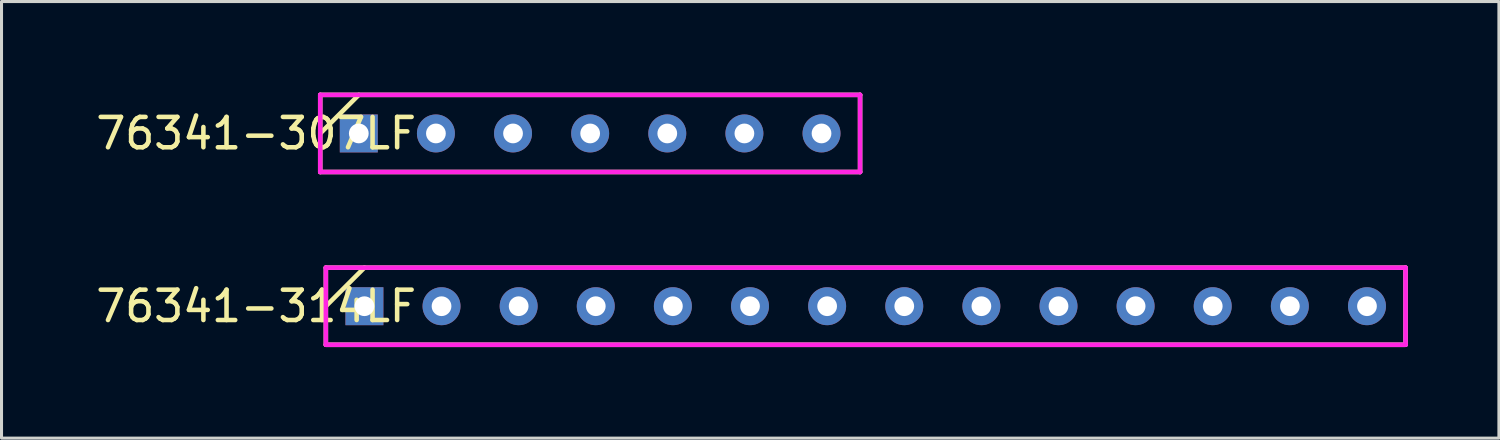
<source format=kicad_pcb>
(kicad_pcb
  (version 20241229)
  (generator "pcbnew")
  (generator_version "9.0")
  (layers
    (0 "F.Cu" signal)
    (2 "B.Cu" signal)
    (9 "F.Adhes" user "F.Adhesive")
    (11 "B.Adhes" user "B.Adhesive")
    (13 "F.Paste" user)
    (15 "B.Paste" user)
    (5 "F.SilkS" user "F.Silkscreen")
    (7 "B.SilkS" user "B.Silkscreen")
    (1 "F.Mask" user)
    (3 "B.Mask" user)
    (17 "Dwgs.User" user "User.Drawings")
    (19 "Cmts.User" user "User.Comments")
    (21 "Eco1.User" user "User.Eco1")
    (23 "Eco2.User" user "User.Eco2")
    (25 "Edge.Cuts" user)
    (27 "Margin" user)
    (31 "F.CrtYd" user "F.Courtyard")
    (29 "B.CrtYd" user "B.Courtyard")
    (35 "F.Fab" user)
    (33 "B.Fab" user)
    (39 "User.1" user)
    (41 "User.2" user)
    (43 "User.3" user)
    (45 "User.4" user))
  (footprint "76341-307LF"
    (layer "F.Cu")
    (at 16.387 1.345)
    (property "Reference" "76341-307LF" (at -11 0 0) (layer "F.SilkS") (effects (font (size 1 1) (thickness 0.15))))
    (attr through_hole)
    (fp_line (start -8.89 -1.27) (end -8.89 1.27) (stroke (width 0.15) (type solid)) (layer "F.SilkS"))
    (fp_line (start -8.89 1.27) (end 8.89 1.27) (stroke (width 0.15) (type solid)) (layer "F.SilkS"))
    (fp_line (start -7.62 -1.27) (end -8.89 0) (stroke (width 0.15) (type solid)) (layer "F.SilkS"))
    (fp_line (start 8.89 -1.27) (end -8.89 -1.27) (stroke (width 0.15) (type solid)) (layer "F.SilkS"))
    (fp_line (start 8.89 -1.27) (end 8.89 1.27) (stroke (width 0.15) (type solid)) (layer "F.SilkS"))
    (fp_line (start -8.89 -1.27) (end -8.89 1.27) (stroke (width 0.15) (type solid)) (layer "F.CrtYd"))
    (fp_line (start -8.89 1.27) (end 8.89 1.27) (stroke (width 0.15) (type solid)) (layer "F.CrtYd"))
    (fp_line (start 8.89 -1.27) (end -8.89 -1.27) (stroke (width 0.15) (type solid)) (layer "F.CrtYd"))
    (fp_line (start 8.89 -1.27) (end 8.89 1.27) (stroke (width 0.15) (type solid)) (layer "F.CrtYd"))
    (pad "1" thru_hole rect (at -7.62 0) (size 1.25 1.25) (drill 0.65) (layers "*.Cu" "*.Mask"))
    (pad "2" thru_hole circle (at -5.08 0) (size 1.25 1.25) (drill 0.65) (layers "*.Cu" "*.Mask"))
    (pad "3" thru_hole circle (at -2.54 0) (size 1.25 1.25) (drill 0.65) (layers "*.Cu" "*.Mask"))
    (pad "4" thru_hole circle (at 0 0) (size 1.25 1.25) (drill 0.65) (layers "*.Cu" "*.Mask"))
    (pad "5" thru_hole circle (at 2.54 0) (size 1.25 1.25) (drill 0.65) (layers "*.Cu" "*.Mask"))
    (pad "6" thru_hole circle (at 5.08 0) (size 1.25 1.25) (drill 0.65) (layers "*.Cu" "*.Mask"))
    (pad "7" thru_hole circle (at 7.62 0) (size 1.25 1.25) (drill 0.65) (layers "*.Cu" "*.Mask")))
  (footprint "76341-314LF"
    (layer "F.Cu")
    (at 25.462 7.035)
    (property "Reference" "76341-314LF" (at -20.075 0 0) (layer "F.SilkS") (effects (font (size 1 1) (thickness 0.15))))
    (attr through_hole)
    (fp_line (start -17.78 -1.27) (end -17.78 1.27) (stroke (width 0.15) (type solid)) (layer "F.SilkS"))
    (fp_line (start -17.78 1.27) (end 17.78 1.27) (stroke (width 0.15) (type solid)) (layer "F.SilkS"))
    (fp_line (start -16.51 -1.27) (end -17.78 0) (stroke (width 0.15) (type solid)) (layer "F.SilkS"))
    (fp_line (start 17.78 -1.27) (end -17.78 -1.27) (stroke (width 0.15) (type solid)) (layer "F.SilkS"))
    (fp_line (start 17.78 -1.27) (end 17.78 1.27) (stroke (width 0.15) (type solid)) (layer "F.SilkS"))
    (fp_line (start -17.78 -1.27) (end -17.78 1.27) (stroke (width 0.15) (type solid)) (layer "F.CrtYd"))
    (fp_line (start -17.78 1.27) (end 17.78 1.27) (stroke (width 0.15) (type solid)) (layer "F.CrtYd"))
    (fp_line (start 17.78 -1.27) (end -17.78 -1.27) (stroke (width 0.15) (type solid)) (layer "F.CrtYd"))
    (fp_line (start 17.78 -1.27) (end 17.78 1.27) (stroke (width 0.15) (type solid)) (layer "F.CrtYd"))
    (pad "1" thru_hole rect (at -16.51 0) (size 1.25 1.25) (drill 0.65) (layers "*.Cu" "*.Mask"))
    (pad "2" thru_hole circle (at -13.97 0) (size 1.25 1.25) (drill 0.65) (layers "*.Cu" "*.Mask"))
    (pad "3" thru_hole circle (at -11.43 0) (size 1.25 1.25) (drill 0.65) (layers "*.Cu" "*.Mask"))
    (pad "4" thru_hole circle (at -8.89 0) (size 1.25 1.25) (drill 0.65) (layers "*.Cu" "*.Mask"))
    (pad "5" thru_hole circle (at -6.35 0) (size 1.25 1.25) (drill 0.65) (layers "*.Cu" "*.Mask"))
    (pad "6" thru_hole circle (at -3.81 0) (size 1.25 1.25) (drill 0.65) (layers "*.Cu" "*.Mask"))
    (pad "7" thru_hole circle (at -1.27 0) (size 1.25 1.25) (drill 0.65) (layers "*.Cu" "*.Mask"))
    (pad "8" thru_hole circle (at 1.27 0) (size 1.25 1.25) (drill 0.65) (layers "*.Cu" "*.Mask"))
    (pad "9" thru_hole circle (at 3.81 0) (size 1.25 1.25) (drill 0.65) (layers "*.Cu" "*.Mask"))
    (pad "10" thru_hole circle (at 6.35 0) (size 1.25 1.25) (drill 0.65) (layers "*.Cu" "*.Mask"))
    (pad "11" thru_hole circle (at 8.89 0) (size 1.25 1.25) (drill 0.65) (layers "*.Cu" "*.Mask"))
    (pad "12" thru_hole oval (at 11.43 0) (size 1.25 1.25) (drill 0.65) (layers "*.Cu" "*.Mask"))
    (pad "13" thru_hole circle (at 13.97 0) (size 1.25 1.25) (drill 0.65) (layers "*.Cu" "*.Mask"))
    (pad "14" thru_hole circle (at 16.51 0) (size 1.25 1.25) (drill 0.65) (layers "*.Cu" "*.Mask")))
  (gr_rect
    (start -3 -3)
    (end 46.317 11.38)
    (stroke (width 0.1) (type default))
    (fill no)
    (layer "Edge.Cuts")))
</source>
